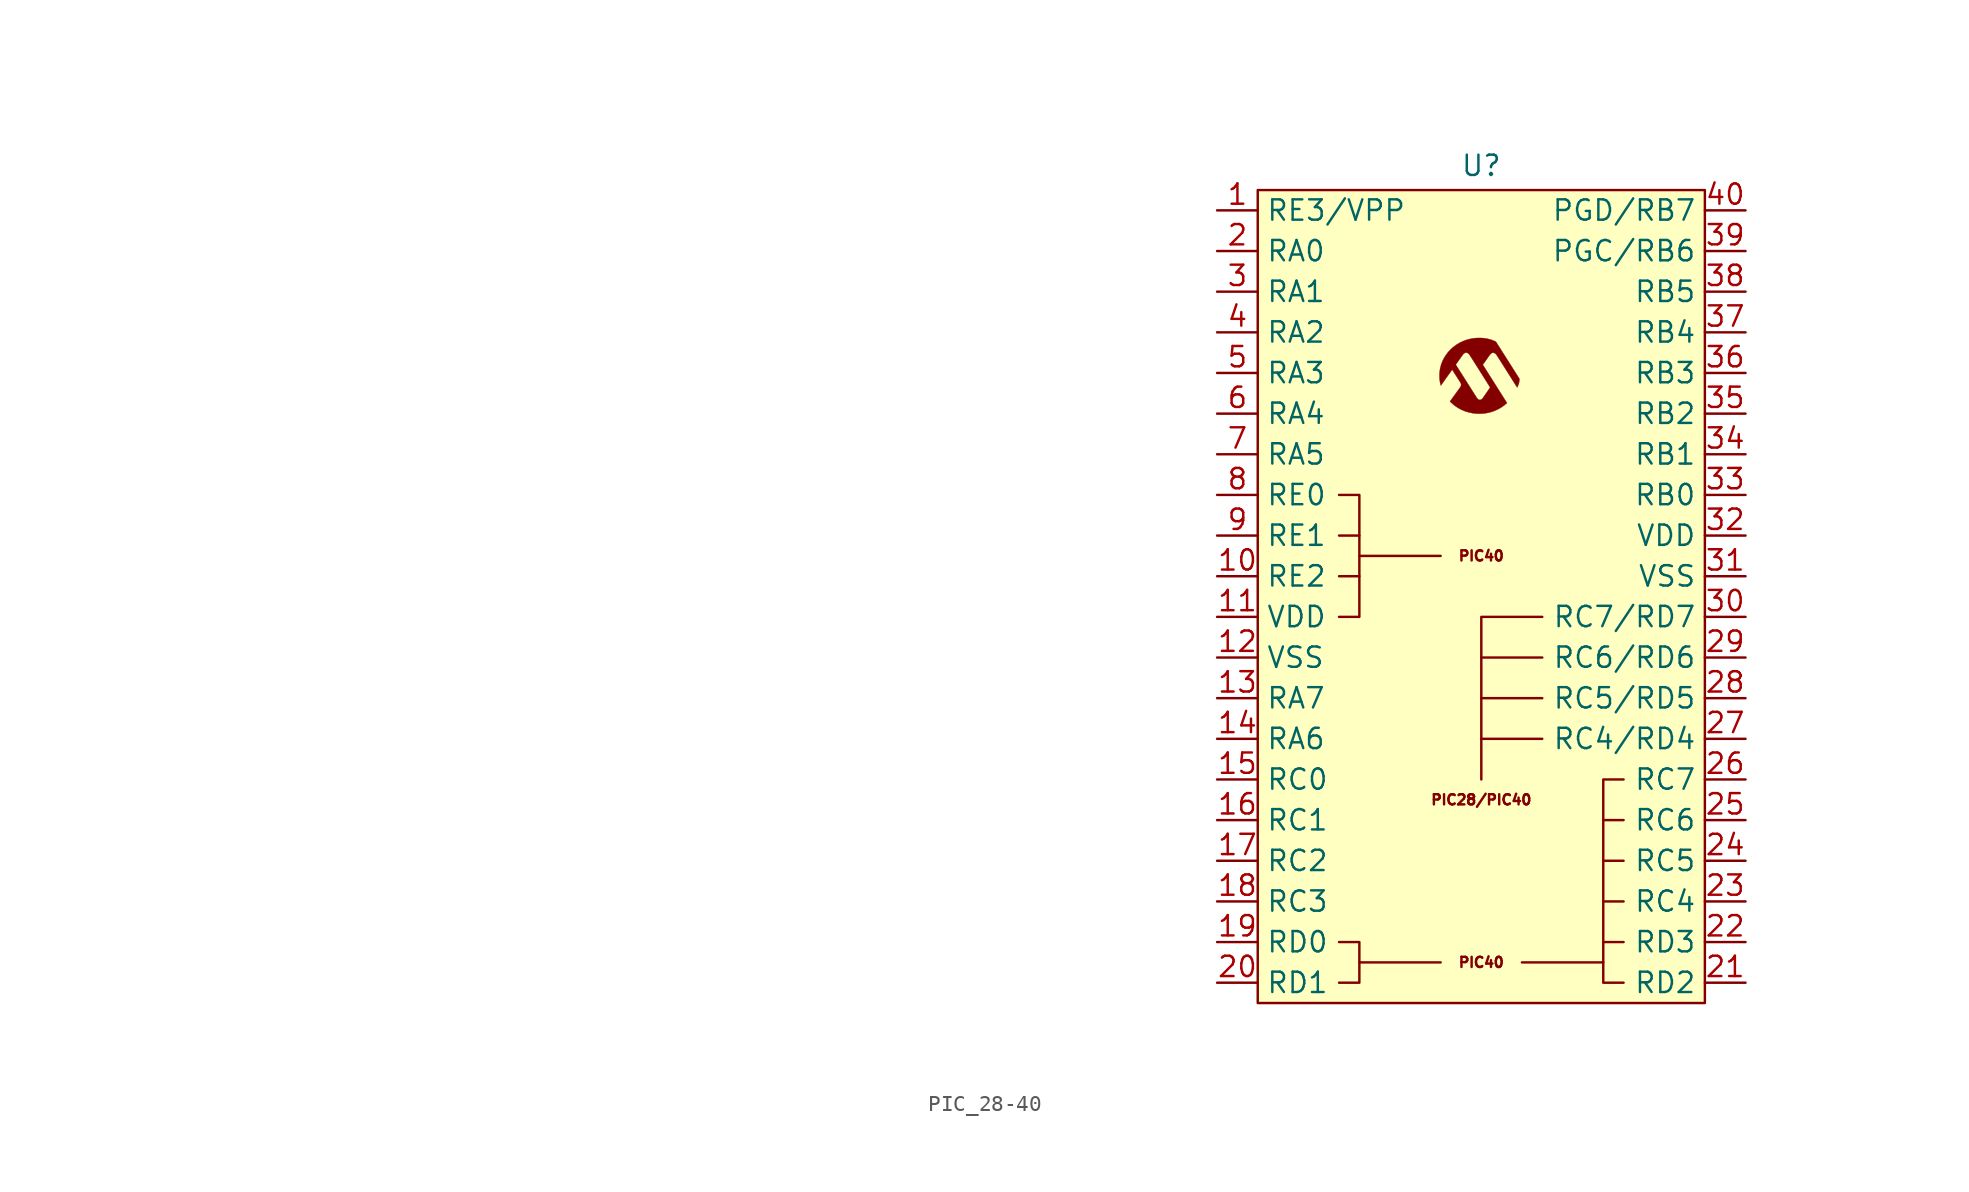
<source format=kicad_sym>
(kicad_symbol_lib
  (version 20241209)
  (generator "kicad_symbol_editor")
  (generator_version "9.0")
  (symbol "PIC_28-40"
    (property "Reference" "U"
      (at 0 10.414 0)
      (effects (font (size 1.27 1.27))))
    (property "Value" ""
      (at -78.74 -17.78 0)
      (effects (font (size 1.27 1.27))))
    (symbol "PIC_28-40_0_0"
      (polyline (pts (xy 0 -5.08) (xy 0.105 -5.073) (xy 0.207 -5.063) (xy 0.214 -5.062) (xy 0.339 -5.043) (xy 0.462 -5.018) (xy 0.584 -4.987) (xy 0.703 -4.95) (xy 0.82 -4.908) (xy 0.934 -4.859) (xy 1.047 -4.805) (xy 1.156 -4.745) (xy 1.263 -4.68) (xy 1.366 -4.609) (xy 1.467 -4.532) (xy 1.476 -4.525) (xy 1.491 -4.513) (xy 1.507 -4.499) (xy 1.524 -4.485) (xy 1.541 -4.47) (xy 1.557 -4.456) (xy 1.571 -4.444) (xy 1.584 -4.432) (xy 1.594 -4.423) (xy 1.601 -4.417) (xy 1.603 -4.414) (xy 1.602 -4.412) (xy 1.599 -4.407) (xy 1.597 -4.406) (xy 1.593 -4.399) (xy 1.586 -4.388) (xy 1.576 -4.373) (xy 1.565 -4.355) (xy 1.552 -4.334) (xy 1.537 -4.311) (xy 1.522 -4.287) (xy 1.507 -4.265) (xy 1.486 -4.231) (xy 1.464 -4.195) (xy 1.44 -4.158) (xy 1.417 -4.122) (xy 1.396 -4.088) (xy 1.377 -4.058) (xy 1.363 -4.035) (xy 1.342 -4.003) (xy 1.32 -3.968) (xy 1.298 -3.933) (xy 1.276 -3.898) (xy 1.256 -3.866) (xy 1.238 -3.838) (xy 1.237 -3.837) (xy 1.223 -3.814) (xy 1.206 -3.788) (xy 1.187 -3.758) (xy 1.166 -3.724) (xy 1.144 -3.689) (xy 1.121 -3.653) (xy 1.098 -3.617) (xy 1.075 -3.58) (xy 1.053 -3.546) (xy 1.034 -3.517) (xy 1.01 -3.478) (xy 0.984 -3.437) (xy 0.958 -3.395) (xy 0.931 -3.353) (xy 0.906 -3.313) (xy 0.881 -3.275) (xy 0.859 -3.24) (xy 0.84 -3.209) (xy 0.82 -3.178) (xy 0.796 -3.14) (xy 0.771 -3.1) (xy 0.744 -3.058) (xy 0.718 -3.016) (xy 0.692 -2.975) (xy 0.667 -2.936) (xy 0.645 -2.901) (xy 0.644 -2.899) (xy 0.622 -2.865) (xy 0.599 -2.827) (xy 0.574 -2.788) (xy 0.549 -2.749) (xy 0.524 -2.71) (xy 0.501 -2.674) (xy 0.48 -2.64) (xy 0.461 -2.61) (xy 0.446 -2.587) (xy 0.428 -2.558) (xy 0.407 -2.525) (xy 0.385 -2.489) (xy 0.361 -2.451) (xy 0.336 -2.411) (xy 0.31 -2.371) (xy 0.284 -2.33) (xy 0.259 -2.29) (xy 0.235 -2.252) (xy 0.092 -2.026) (xy 0.162 -1.928) (xy 0.21 -1.861) (xy 0.255 -1.798) (xy 0.296 -1.739) (xy 0.336 -1.684) (xy 0.373 -1.631) (xy 0.408 -1.581) (xy 0.443 -1.532) (xy 0.476 -1.485) (xy 0.483 -1.476) (xy 0.498 -1.454) (xy 0.513 -1.433) (xy 0.527 -1.414) (xy 0.54 -1.398) (xy 0.55 -1.385) (xy 0.557 -1.376) (xy 0.585 -1.346) (xy 0.616 -1.32) (xy 0.648 -1.3) (xy 0.68 -1.286) (xy 0.712 -1.278) (xy 0.744 -1.275) (xy 0.775 -1.279) (xy 0.776 -1.279) (xy 0.798 -1.286) (xy 0.821 -1.296) (xy 0.845 -1.307) (xy 0.865 -1.32) (xy 0.875 -1.328) (xy 0.892 -1.343) (xy 0.909 -1.36) (xy 0.927 -1.379) (xy 0.942 -1.396) (xy 0.943 -1.398) (xy 0.946 -1.402) (xy 0.95 -1.408) (xy 0.956 -1.415) (xy 0.962 -1.424) (xy 0.969 -1.435) (xy 0.977 -1.448) (xy 0.987 -1.463) (xy 0.999 -1.48) (xy 1.011 -1.5) (xy 1.026 -1.523) (xy 1.042 -1.548) (xy 1.06 -1.576) (xy 1.079 -1.607) (xy 1.101 -1.641) (xy 1.125 -1.678) (xy 1.151 -1.719) (xy 1.179 -1.764) (xy 1.21 -1.812) (xy 1.243 -1.864) (xy 1.278 -1.92) (xy 1.317 -1.981) (xy 1.357 -2.045) (xy 1.401 -2.115) (xy 1.448 -2.188) (xy 1.498 -2.267) (xy 1.55 -2.35) (xy 1.606 -2.439) (xy 1.665 -2.533) (xy 1.699 -2.586) (xy 1.75 -2.667) (xy 1.798 -2.743) (xy 1.843 -2.813) (xy 1.884 -2.879) (xy 1.923 -2.941) (xy 1.959 -2.998) (xy 1.992 -3.05) (xy 2.022 -3.098) (xy 2.05 -3.142) (xy 2.076 -3.183) (xy 2.099 -3.219) (xy 2.12 -3.252) (xy 2.138 -3.282) (xy 2.155 -3.308) (xy 2.169 -3.332) (xy 2.182 -3.352) (xy 2.193 -3.369) (xy 2.202 -3.384) (xy 2.21 -3.396) (xy 2.216 -3.406) (xy 2.221 -3.414) (xy 2.23 -3.428) (xy 2.237 -3.438) (xy 2.242 -3.443) (xy 2.244 -3.444) (xy 2.245 -3.44) (xy 2.249 -3.43) (xy 2.255 -3.417) (xy 2.262 -3.401) (xy 2.27 -3.382) (xy 2.279 -3.361) (xy 2.28 -3.36) (xy 2.294 -3.326) (xy 2.307 -3.297) (xy 2.317 -3.272) (xy 2.325 -3.251) (xy 2.332 -3.231) (xy 2.338 -3.212) (xy 2.344 -3.195) (xy 2.347 -3.183) (xy 2.359 -3.133) (xy 2.368 -3.078) (xy 2.375 -3.018) (xy 2.38 -2.953) (xy 2.382 -2.905) (xy 2.368 -2.882) (xy 2.366 -2.881) (xy 2.361 -2.873) (xy 2.353 -2.86) (xy 2.343 -2.844) (xy 2.33 -2.823) (xy 2.315 -2.8) (xy 2.299 -2.774) (xy 2.281 -2.746) (xy 2.262 -2.717) (xy 2.243 -2.686) (xy 2.223 -2.655) (xy 2.204 -2.624) (xy 2.185 -2.594) (xy 2.166 -2.565) (xy 2.149 -2.537) (xy 2.133 -2.512) (xy 2.118 -2.489) (xy 2.106 -2.469) (xy 2.099 -2.459) (xy 2.087 -2.439) (xy 2.073 -2.417) (xy 2.059 -2.395) (xy 2.046 -2.375) (xy 2.038 -2.362) (xy 2.026 -2.344) (xy 2.013 -2.322) (xy 1.997 -2.298) (xy 1.98 -2.271) (xy 1.962 -2.243) (xy 1.944 -2.214) (xy 1.926 -2.185) (xy 1.914 -2.167) (xy 1.9 -2.144) (xy 1.885 -2.121) (xy 1.871 -2.098) (xy 1.856 -2.075) (xy 1.841 -2.051) (xy 1.825 -2.026) (xy 1.808 -1.999) (xy 1.79 -1.971) (xy 1.77 -1.939) (xy 1.749 -1.905) (xy 1.725 -1.868) (xy 1.699 -1.827) (xy 1.67 -1.781) (xy 1.638 -1.732) (xy 1.604 -1.677) (xy 1.603 -1.676) (xy 1.586 -1.649) (xy 1.568 -1.621) (xy 1.55 -1.593) (xy 1.533 -1.566) (xy 1.518 -1.541) (xy 1.504 -1.519) (xy 1.493 -1.501) (xy 1.491 -1.499) (xy 1.482 -1.485) (xy 1.47 -1.466) (xy 1.456 -1.443) (xy 1.439 -1.417) (xy 1.421 -1.388) (xy 1.401 -1.356) (xy 1.379 -1.322) (xy 1.357 -1.288) (xy 1.335 -1.252) (xy 1.312 -1.216) (xy 1.289 -1.18) (xy 1.253 -1.123) (xy 1.22 -1.07) (xy 1.189 -1.022) (xy 1.161 -0.979) (xy 1.136 -0.939) (xy 1.114 -0.903) (xy 1.093 -0.87) (xy 1.074 -0.841) (xy 1.058 -0.814) (xy 1.042 -0.79) (xy 1.029 -0.768) (xy 1.016 -0.749) (xy 1.005 -0.731) (xy 0.994 -0.714) (xy 0.984 -0.698) (xy 0.975 -0.684) (xy 0.966 -0.669) (xy 0.962 -0.664) (xy 0.95 -0.644) (xy 0.938 -0.626) (xy 0.928 -0.61) (xy 0.92 -0.598) (xy 0.915 -0.59) (xy 0.912 -0.586) (xy 0.912 -0.586) (xy 0.907 -0.583) (xy 0.896 -0.577) (xy 0.881 -0.57) (xy 0.862 -0.562) (xy 0.841 -0.552) (xy 0.817 -0.542) (xy 0.791 -0.531) (xy 0.765 -0.52) (xy 0.739 -0.51) (xy 0.713 -0.5) (xy 0.689 -0.49) (xy 0.666 -0.482) (xy 0.647 -0.475) (xy 0.636 -0.472) (xy 0.614 -0.464) (xy 0.589 -0.456) (xy 0.562 -0.448) (xy 0.535 -0.44) (xy 0.509 -0.432) (xy 0.486 -0.426) (xy 0.468 -0.421) (xy 0.465 -0.42) (xy 0.427 -0.411) (xy 0.384 -0.402) (xy 0.338 -0.394) (xy 0.291 -0.385) (xy 0.244 -0.378) (xy 0.198 -0.371) (xy 0.157 -0.366) (xy 0.147 -0.365) (xy 0.121 -0.362) (xy 0.098 -0.36) (xy 0.077 -0.358) (xy 0.056 -0.357) (xy 0.036 -0.356) (xy 0.015 -0.355) (xy -0.009 -0.354) (xy -0.035 -0.354) (xy -0.064 -0.354) (xy -0.098 -0.353) (xy -0.137 -0.353) (xy -0.157 -0.353) (xy -0.192 -0.354) (xy -0.222 -0.354) (xy -0.247 -0.354) (xy -0.269 -0.354) (xy -0.288 -0.355) (xy -0.305 -0.356) (xy -0.321 -0.357) (xy -0.337 -0.358) (xy -0.352 -0.359) (xy -0.369 -0.361) (xy -0.431 -0.367) (xy -0.561 -0.386) (xy -0.687 -0.41) (xy -0.811 -0.44) (xy -0.932 -0.476) (xy -1.051 -0.517) (xy -1.167 -0.565) (xy -1.28 -0.617) (xy -1.391 -0.676) (xy -1.499 -0.74) (xy -1.549 -0.773) (xy -1.649 -0.843) (xy -1.745 -0.917) (xy -1.837 -0.996) (xy -1.925 -1.079) (xy -2.009 -1.166) (xy -2.087 -1.256) (xy -2.161 -1.35) (xy -2.229 -1.446) (xy -2.292 -1.546) (xy -2.338 -1.627) (xy -2.393 -1.734) (xy -2.442 -1.843) (xy -2.485 -1.954) (xy -2.508 -2.024) (xy -1.594 -2.024) (xy -1.593 -2.021) (xy -1.592 -2.016) (xy -1.588 -2.01) (xy -1.583 -2.001) (xy -1.575 -1.989) (xy -1.564 -1.974) (xy -1.551 -1.954) (xy -1.534 -1.93) (xy -1.525 -1.919) (xy -1.507 -1.892) (xy -1.485 -1.863) (xy -1.462 -1.83) (xy -1.438 -1.795) (xy -1.412 -1.759) (xy -1.386 -1.722) (xy -1.36 -1.685) (xy -1.334 -1.649) (xy -1.309 -1.614) (xy -1.285 -1.58) (xy -1.264 -1.549) (xy -1.244 -1.522) (xy -1.227 -1.498) (xy -1.214 -1.478) (xy -1.208 -1.471) (xy -1.189 -1.443) (xy -1.172 -1.42) (xy -1.158 -1.4) (xy -1.145 -1.384) (xy -1.135 -1.371) (xy -1.125 -1.359) (xy -1.115 -1.349) (xy -1.106 -1.341) (xy -1.096 -1.332) (xy -1.085 -1.323) (xy -1.056 -1.302) (xy -1.024 -1.285) (xy -0.992 -1.274) (xy -0.959 -1.269) (xy -0.926 -1.27) (xy -0.893 -1.278) (xy -0.86 -1.292) (xy -0.858 -1.293) (xy -0.834 -1.308) (xy -0.809 -1.327) (xy -0.784 -1.349) (xy -0.76 -1.374) (xy -0.739 -1.4) (xy -0.739 -1.4) (xy -0.734 -1.407) (xy -0.726 -1.419) (xy -0.715 -1.436) (xy -0.701 -1.458) (xy -0.684 -1.485) (xy -0.663 -1.517) (xy -0.64 -1.554) (xy -0.613 -1.596) (xy -0.583 -1.643) (xy -0.549 -1.695) (xy -0.513 -1.753) (xy -0.473 -1.815) (xy -0.43 -1.883) (xy -0.384 -1.956) (xy -0.335 -2.034) (xy -0.282 -2.117) (xy -0.226 -2.206) (xy -0.167 -2.299) (xy -0.105 -2.398) (xy -0.039 -2.503) (xy 0.03 -2.612) (xy 0.103 -2.727) (xy 0.178 -2.847) (xy 0.258 -2.972) (xy 0.34 -3.103) (xy 0.355 -3.127) (xy 0.374 -3.157) (xy 0.395 -3.19) (xy 0.417 -3.225) (xy 0.438 -3.259) (xy 0.459 -3.291) (xy 0.478 -3.321) (xy 0.488 -3.338) (xy 0.503 -3.361) (xy 0.516 -3.383) (xy 0.528 -3.402) (xy 0.538 -3.418) (xy 0.545 -3.431) (xy 0.55 -3.439) (xy 0.551 -3.443) (xy 0.551 -3.443) (xy 0.55 -3.446) (xy 0.547 -3.451) (xy 0.542 -3.459) (xy 0.534 -3.471) (xy 0.524 -3.486) (xy 0.512 -3.504) (xy 0.497 -3.526) (xy 0.479 -3.552) (xy 0.459 -3.582) (xy 0.435 -3.616) (xy 0.409 -3.654) (xy 0.38 -3.697) (xy 0.347 -3.744) (xy 0.311 -3.796) (xy 0.272 -3.852) (xy 0.229 -3.914) (xy 0.221 -3.925) (xy 0.203 -3.952) (xy 0.185 -3.978) (xy 0.168 -4.002) (xy 0.153 -4.024) (xy 0.141 -4.042) (xy 0.13 -4.057) (xy 0.122 -4.069) (xy 0.118 -4.075) (xy 0.106 -4.092) (xy 0.079 -4.126) (xy 0.051 -4.155) (xy 0.021 -4.18) (xy -0.008 -4.199) (xy -0.037 -4.213) (xy -0.066 -4.22) (xy -0.076 -4.222) (xy -0.087 -4.223) (xy -0.093 -4.223) (xy -0.112 -4.221) (xy -0.141 -4.213) (xy -0.169 -4.202) (xy -0.173 -4.2) (xy -0.201 -4.182) (xy -0.228 -4.158) (xy -0.255 -4.129) (xy -0.281 -4.095) (xy -0.306 -4.056) (xy -0.306 -4.056) (xy -0.313 -4.045) (xy -0.322 -4.03) (xy -0.333 -4.012) (xy -0.345 -3.994) (xy -0.357 -3.975) (xy -0.36 -3.969) (xy -0.372 -3.95) (xy -0.387 -3.928) (xy -0.403 -3.903) (xy -0.419 -3.877) (xy -0.436 -3.85) (xy -0.452 -3.825) (xy -0.454 -3.822) (xy -0.468 -3.8) (xy -0.485 -3.773) (xy -0.504 -3.743) (xy -0.524 -3.711) (xy -0.545 -3.678) (xy -0.567 -3.644) (xy -0.588 -3.611) (xy -0.608 -3.579) (xy -0.626 -3.551) (xy -0.65 -3.513) (xy -0.675 -3.473) (xy -0.702 -3.432) (xy -0.728 -3.39) (xy -0.753 -3.35) (xy -0.777 -3.313) (xy -0.798 -3.28) (xy -0.804 -3.271) (xy -0.823 -3.241) (xy -0.844 -3.207) (xy -0.868 -3.17) (xy -0.893 -3.13) (xy -0.919 -3.089) (xy -0.945 -3.048) (xy -0.972 -3.007) (xy -0.997 -2.967) (xy -1.021 -2.929) (xy -1.041 -2.897) (xy -1.062 -2.864) (xy -1.083 -2.831) (xy -1.103 -2.8) (xy -1.121 -2.772) (xy -1.137 -2.745) (xy -1.152 -2.723) (xy -1.164 -2.703) (xy -1.174 -2.688) (xy -1.18 -2.678) (xy -1.185 -2.67) (xy -1.194 -2.656) (xy -1.206 -2.637) (xy -1.22 -2.615) (xy -1.237 -2.589) (xy -1.255 -2.56) (xy -1.275 -2.529) (xy -1.296 -2.495) (xy -1.319 -2.46) (xy -1.342 -2.424) (xy -1.365 -2.387) (xy -1.389 -2.35) (xy -1.412 -2.313) (xy -1.435 -2.277) (xy -1.457 -2.242) (xy -1.478 -2.209) (xy -1.498 -2.178) (xy -1.516 -2.15) (xy -1.532 -2.124) (xy -1.545 -2.103) (xy -1.557 -2.085) (xy -1.568 -2.067) (xy -1.578 -2.051) (xy -1.585 -2.039) (xy -1.591 -2.03) (xy -1.593 -2.025) (xy -1.594 -2.024) (xy -2.508 -2.024) (xy -2.522 -2.066) (xy -2.553 -2.181) (xy -2.578 -2.297) (xy -2.596 -2.415) (xy -2.609 -2.535) (xy -2.611 -2.558) (xy -2.612 -2.585) (xy -2.612 -2.617) (xy -2.613 -2.652) (xy -2.613 -2.689) (xy -2.613 -2.727) (xy -2.612 -2.765) (xy -2.612 -2.802) (xy -2.611 -2.837) (xy -2.609 -2.868) (xy -2.608 -2.896) (xy -2.606 -2.918) (xy -2.598 -2.988) (xy -2.587 -3.066) (xy -2.574 -3.141) (xy -2.559 -3.215) (xy -2.54 -3.289) (xy -2.537 -3.302) (xy -2.534 -3.313) (xy -2.531 -3.32) (xy -2.53 -3.322) (xy -2.528 -3.322) (xy -2.526 -3.319) (xy -2.524 -3.316) (xy -2.518 -3.308) (xy -2.509 -3.296) (xy -2.498 -3.279) (xy -2.483 -3.259) (xy -2.466 -3.235) (xy -2.447 -3.208) (xy -2.426 -3.179) (xy -2.403 -3.146) (xy -2.378 -3.112) (xy -2.353 -3.076) (xy -2.326 -3.038) (xy -2.298 -2.999) (xy -2.27 -2.96) (xy -2.241 -2.92) (xy -2.213 -2.88) (xy -2.184 -2.84) (xy -2.156 -2.8) (xy -2.129 -2.762) (xy -2.102 -2.725) (xy -2.077 -2.689) (xy -2.053 -2.656) (xy -2.031 -2.624) (xy -2.01 -2.596) (xy -1.992 -2.57) (xy -1.976 -2.547) (xy -1.962 -2.528) (xy -1.951 -2.513) (xy -1.944 -2.503) (xy -1.943 -2.502) (xy -1.928 -2.481) (xy -1.911 -2.456) (xy -1.893 -2.432) (xy -1.876 -2.408) (xy -1.862 -2.388) (xy -1.858 -2.382) (xy -1.846 -2.367) (xy -1.837 -2.353) (xy -1.829 -2.342) (xy -1.823 -2.335) (xy -1.821 -2.332) (xy -1.819 -2.334) (xy -1.813 -2.342) (xy -1.806 -2.353) (xy -1.795 -2.369) (xy -1.783 -2.387) (xy -1.769 -2.409) (xy -1.754 -2.432) (xy -1.738 -2.458) (xy -1.712 -2.498) (xy -1.67 -2.565) (xy -1.63 -2.627) (xy -1.594 -2.684) (xy -1.56 -2.736) (xy -1.53 -2.784) (xy -1.502 -2.828) (xy -1.477 -2.867) (xy -1.454 -2.903) (xy -1.434 -2.935) (xy -1.415 -2.963) (xy -1.399 -2.988) (xy -1.385 -3.01) (xy -1.373 -3.029) (xy -1.363 -3.046) (xy -1.354 -3.059) (xy -1.346 -3.07) (xy -1.34 -3.079) (xy -1.335 -3.086) (xy -1.332 -3.092) (xy -1.329 -3.095) (xy -1.319 -3.11) (xy -1.3 -3.142) (xy -1.284 -3.176) (xy -1.272 -3.212) (xy -1.265 -3.246) (xy -1.262 -3.28) (xy -1.264 -3.311) (xy -1.265 -3.315) (xy -1.269 -3.336) (xy -1.276 -3.359) (xy -1.284 -3.379) (xy -1.292 -3.396) (xy -1.292 -3.396) (xy -1.295 -3.402) (xy -1.301 -3.41) (xy -1.308 -3.42) (xy -1.317 -3.434) (xy -1.329 -3.45) (xy -1.344 -3.471) (xy -1.361 -3.495) (xy -1.382 -3.524) (xy -1.406 -3.557) (xy -1.433 -3.595) (xy -1.436 -3.599) (xy -1.452 -3.62) (xy -1.468 -3.643) (xy -1.484 -3.665) (xy -1.499 -3.685) (xy -1.511 -3.702) (xy -1.516 -3.709) (xy -1.523 -3.718) (xy -1.53 -3.729) (xy -1.539 -3.741) (xy -1.549 -3.755) (xy -1.561 -3.771) (xy -1.574 -3.79) (xy -1.59 -3.811) (xy -1.607 -3.835) (xy -1.627 -3.863) (xy -1.65 -3.894) (xy -1.675 -3.929) (xy -1.703 -3.968) (xy -1.734 -4.011) (xy -1.769 -4.059) (xy -1.807 -4.112) (xy -1.812 -4.117) (xy -1.827 -4.139) (xy -1.844 -4.162) (xy -1.86 -4.184) (xy -1.874 -4.204) (xy -1.886 -4.221) (xy -1.894 -4.231) (xy -1.906 -4.248) (xy -1.919 -4.265) (xy -1.93 -4.28) (xy -1.938 -4.291) (xy -1.957 -4.316) (xy -1.937 -4.337) (xy -1.921 -4.353) (xy -1.873 -4.401) (xy -1.82 -4.449) (xy -1.764 -4.497) (xy -1.707 -4.544) (xy -1.65 -4.589) (xy -1.602 -4.623) (xy -1.5 -4.692) (xy -1.397 -4.754) (xy -1.29 -4.811) (xy -1.179 -4.864) (xy -1.11 -4.893) (xy -0.995 -4.937) (xy -0.876 -4.975) (xy -0.756 -5.007) (xy -0.633 -5.034) (xy -0.509 -5.056) (xy -0.383 -5.071) (xy -0.257 -5.08) (xy -0.209 -5.082) (xy -0.105 -5.083) (xy 0 -5.08)) (stroke (width 0.01) (type default)) (fill (type outline))))
    (symbol "PIC_28-40_0_1"
      (polyline (pts (xy -7.62 -12.7) (xy -8.89 -12.7)) (stroke (width 0) (type default)) (fill (type none)))
      (polyline (pts (xy -7.62 -13.97) (xy -7.62 -15.24) (xy -8.89 -15.24)) (stroke (width 0) (type default)) (fill (type none)))
      (polyline (pts (xy -7.62 -15.24) (xy -7.62 -17.78) (xy -8.89 -17.78)) (stroke (width 0) (type default)) (fill (type none)))
      (polyline (pts (xy -7.62 -39.37) (xy -7.62 -40.64) (xy -8.89 -40.64)) (stroke (width 0) (type default)) (fill (type none)))
      (polyline (pts (xy -2.54 -13.97) (xy -7.62 -13.97) (xy -7.62 -10.16) (xy -8.89 -10.16)) (stroke (width 0) (type default)) (fill (type none)))
      (polyline (pts (xy -2.54 -39.37) (xy -7.62 -39.37) (xy -7.62 -38.1) (xy -8.89 -38.1)) (stroke (width 0) (type default)) (fill (type none)))
      (polyline (pts (xy 0 -20.32) (xy 0 -17.78) (xy 3.81 -17.78)) (stroke (width 0) (type default)) (fill (type none)))
      (polyline (pts (xy 0 -22.86) (xy 0 -20.32) (xy 3.81 -20.32)) (stroke (width 0) (type default)) (fill (type none)))
      (polyline (pts (xy 0 -25.4) (xy 0 -22.86) (xy 3.81 -22.86)) (stroke (width 0) (type default)) (fill (type none)))
      (polyline (pts (xy 0 -27.94) (xy 0 -25.4) (xy 3.81 -25.4)) (stroke (width 0) (type default)) (fill (type none)))
      (polyline (pts (xy 2.54 -39.37) (xy 7.62 -39.37) (xy 7.62 -40.64) (xy 8.89 -40.64)) (stroke (width 0) (type default)) (fill (type none)))
      (polyline (pts (xy 8.89 -27.94) (xy 7.62 -27.94) (xy 7.62 -30.48)) (stroke (width 0) (type default)) (fill (type none)))
      (polyline (pts (xy 8.89 -30.48) (xy 7.62 -30.48) (xy 7.62 -33.02)) (stroke (width 0) (type default)) (fill (type none)))
      (polyline (pts (xy 8.89 -33.02) (xy 7.62 -33.02) (xy 7.62 -35.56)) (stroke (width 0) (type default)) (fill (type none)))
      (polyline (pts (xy 8.89 -35.56) (xy 7.62 -35.56) (xy 7.62 -38.1)) (stroke (width 0) (type default)) (fill (type none)))
      (polyline (pts (xy 8.89 -38.1) (xy 7.62 -38.1) (xy 7.62 -39.37)) (stroke (width 0) (type default)) (fill (type none))))
    (symbol "PIC_28-40_1_1"
      (rectangle (start -13.97 8.89) (end 13.97 -41.91) (stroke (width 0) (type solid)) (fill (type background)))
      (text "PIC40\n" (at 0 -13.97 0) (effects (font (size 0.635 0.635))))
      (text "PIC28/PIC40\n" (at 0 -29.21 0) (effects (font (size 0.635 0.635))))
      (text "PIC40\n" (at 0 -39.37 0) (effects (font (size 0.635 0.635))))
      (pin power_in line (at -16.51 7.62 0) (length 2.54) (name "RE3/VPP" (effects (font (size 1.27 1.27)))) (number "1" (effects (font (size 1.27 1.27)))))
      (pin bidirectional line (at -16.51 5.08 0) (length 2.54) (name "RA0" (effects (font (size 1.27 1.27)))) (number "2" (effects (font (size 1.27 1.27)))))
      (pin bidirectional line (at -16.51 2.54 0) (length 2.54) (name "RA1" (effects (font (size 1.27 1.27)))) (number "3" (effects (font (size 1.27 1.27)))))
      (pin bidirectional line (at -16.51 0 0) (length 2.54) (name "RA2" (effects (font (size 1.27 1.27)))) (number "4" (effects (font (size 1.27 1.27)))))
      (pin bidirectional line (at -16.51 -2.54 0) (length 2.54) (name "RA3" (effects (font (size 1.27 1.27)))) (number "5" (effects (font (size 1.27 1.27)))))
      (pin bidirectional line (at -16.51 -5.08 0) (length 2.54) (name "RA4" (effects (font (size 1.27 1.27)))) (number "6" (effects (font (size 1.27 1.27)))))
      (pin bidirectional line (at -16.51 -7.62 0) (length 2.54) (name "RA5" (effects (font (size 1.27 1.27)))) (number "7" (effects (font (size 1.27 1.27)))))
      (pin bidirectional line (at -16.51 -10.16 0) (length 2.54) (name "RE0" (effects (font (size 1.27 1.27)))) (number "8" (effects (font (size 1.27 1.27)))))
      (pin bidirectional line (at -16.51 -12.7 0) (length 2.54) (name "RE1" (effects (font (size 1.27 1.27)))) (number "9" (effects (font (size 1.27 1.27)))))
      (pin bidirectional line (at -16.51 -15.24 0) (length 2.54) (name "RE2" (effects (font (size 1.27 1.27)))) (number "10" (effects (font (size 1.27 1.27)))))
      (pin power_in line (at -16.51 -17.78 0) (length 2.54) (name "VDD" (effects (font (size 1.27 1.27)))) (number "11" (effects (font (size 1.27 1.27)))))
      (pin power_in line (at -16.51 -20.32 0) (length 2.54) (name "VSS" (effects (font (size 1.27 1.27)))) (number "12" (effects (font (size 1.27 1.27)))))
      (pin bidirectional line (at -16.51 -22.86 0) (length 2.54) (name "RA7" (effects (font (size 1.27 1.27)))) (number "13" (effects (font (size 1.27 1.27)))))
      (pin bidirectional line (at -16.51 -25.4 0) (length 2.54) (name "RA6" (effects (font (size 1.27 1.27)))) (number "14" (effects (font (size 1.27 1.27)))))
      (pin bidirectional line (at -16.51 -27.94 0) (length 2.54) (name "RC0" (effects (font (size 1.27 1.27)))) (number "15" (effects (font (size 1.27 1.27)))))
      (pin bidirectional line (at -16.51 -30.48 0) (length 2.54) (name "RC1" (effects (font (size 1.27 1.27)))) (number "16" (effects (font (size 1.27 1.27)))))
      (pin bidirectional line (at -16.51 -33.02 0) (length 2.54) (name "RC2" (effects (font (size 1.27 1.27)))) (number "17" (effects (font (size 1.27 1.27)))))
      (pin bidirectional line (at -16.51 -35.56 0) (length 2.54) (name "RC3" (effects (font (size 1.27 1.27)))) (number "18" (effects (font (size 1.27 1.27)))))
      (pin bidirectional line (at -16.51 -38.1 0) (length 2.54) (name "RD0" (effects (font (size 1.27 1.27)))) (number "19" (effects (font (size 1.27 1.27)))))
      (pin bidirectional line (at -16.51 -40.64 0) (length 2.54) (name "RD1" (effects (font (size 1.27 1.27)))) (number "20" (effects (font (size 1.27 1.27)))))
      (pin bidirectional line (at 16.51 7.62 180) (length 2.54) (name "PGD/RB7" (effects (font (size 1.27 1.27)))) (number "40" (effects (font (size 1.27 1.27)))))
      (pin bidirectional line (at 16.51 5.08 180) (length 2.54) (name "PGC/RB6" (effects (font (size 1.27 1.27)))) (number "39" (effects (font (size 1.27 1.27)))))
      (pin bidirectional line (at 16.51 2.54 180) (length 2.54) (name "RB5" (effects (font (size 1.27 1.27)))) (number "38" (effects (font (size 1.27 1.27)))))
      (pin bidirectional line (at 16.51 0 180) (length 2.54) (name "RB4" (effects (font (size 1.27 1.27)))) (number "37" (effects (font (size 1.27 1.27)))))
      (pin bidirectional line (at 16.51 -2.54 180) (length 2.54) (name "RB3" (effects (font (size 1.27 1.27)))) (number "36" (effects (font (size 1.27 1.27)))))
      (pin bidirectional line (at 16.51 -5.08 180) (length 2.54) (name "RB2" (effects (font (size 1.27 1.27)))) (number "35" (effects (font (size 1.27 1.27)))))
      (pin bidirectional line (at 16.51 -7.62 180) (length 2.54) (name "RB1" (effects (font (size 1.27 1.27)))) (number "34" (effects (font (size 1.27 1.27)))))
      (pin bidirectional line (at 16.51 -10.16 180) (length 2.54) (name "RB0" (effects (font (size 1.27 1.27)))) (number "33" (effects (font (size 1.27 1.27)))))
      (pin power_in line (at 16.51 -12.7 180) (length 2.54) (name "VDD" (effects (font (size 1.27 1.27)))) (number "32" (effects (font (size 1.27 1.27)))))
      (pin power_in line (at 16.51 -15.24 180) (length 2.54) (name "VSS" (effects (font (size 1.27 1.27)))) (number "31" (effects (font (size 1.27 1.27)))))
      (pin bidirectional line (at 16.51 -17.78 180) (length 2.54) (name "RC7/RD7" (effects (font (size 1.27 1.27)))) (number "30" (effects (font (size 1.27 1.27)))))
      (pin bidirectional line (at 16.51 -20.32 180) (length 2.54) (name "RC6/RD6" (effects (font (size 1.27 1.27)))) (number "29" (effects (font (size 1.27 1.27)))))
      (pin bidirectional line (at 16.51 -22.86 180) (length 2.54) (name "RC5/RD5" (effects (font (size 1.27 1.27)))) (number "28" (effects (font (size 1.27 1.27)))))
      (pin bidirectional line (at 16.51 -25.4 180) (length 2.54) (name "RC4/RD4" (effects (font (size 1.27 1.27)))) (number "27" (effects (font (size 1.27 1.27)))))
      (pin bidirectional line (at 16.51 -27.94 180) (length 2.54) (name "RC7" (effects (font (size 1.27 1.27)))) (number "26" (effects (font (size 1.27 1.27)))))
      (pin bidirectional line (at 16.51 -30.48 180) (length 2.54) (name "RC6" (effects (font (size 1.27 1.27)))) (number "25" (effects (font (size 1.27 1.27)))))
      (pin bidirectional line (at 16.51 -33.02 180) (length 2.54) (name "RC5" (effects (font (size 1.27 1.27)))) (number "24" (effects (font (size 1.27 1.27)))))
      (pin bidirectional line (at 16.51 -35.56 180) (length 2.54) (name "RC4" (effects (font (size 1.27 1.27)))) (number "23" (effects (font (size 1.27 1.27)))))
      (pin bidirectional line (at 16.51 -38.1 180) (length 2.54) (name "RD3" (effects (font (size 1.27 1.27)))) (number "22" (effects (font (size 1.27 1.27)))))
      (pin bidirectional line (at 16.51 -40.64 180) (length 2.54) (name "RD2" (effects (font (size 1.27 1.27)))) (number "21" (effects (font (size 1.27 1.27))))))))
</source>
